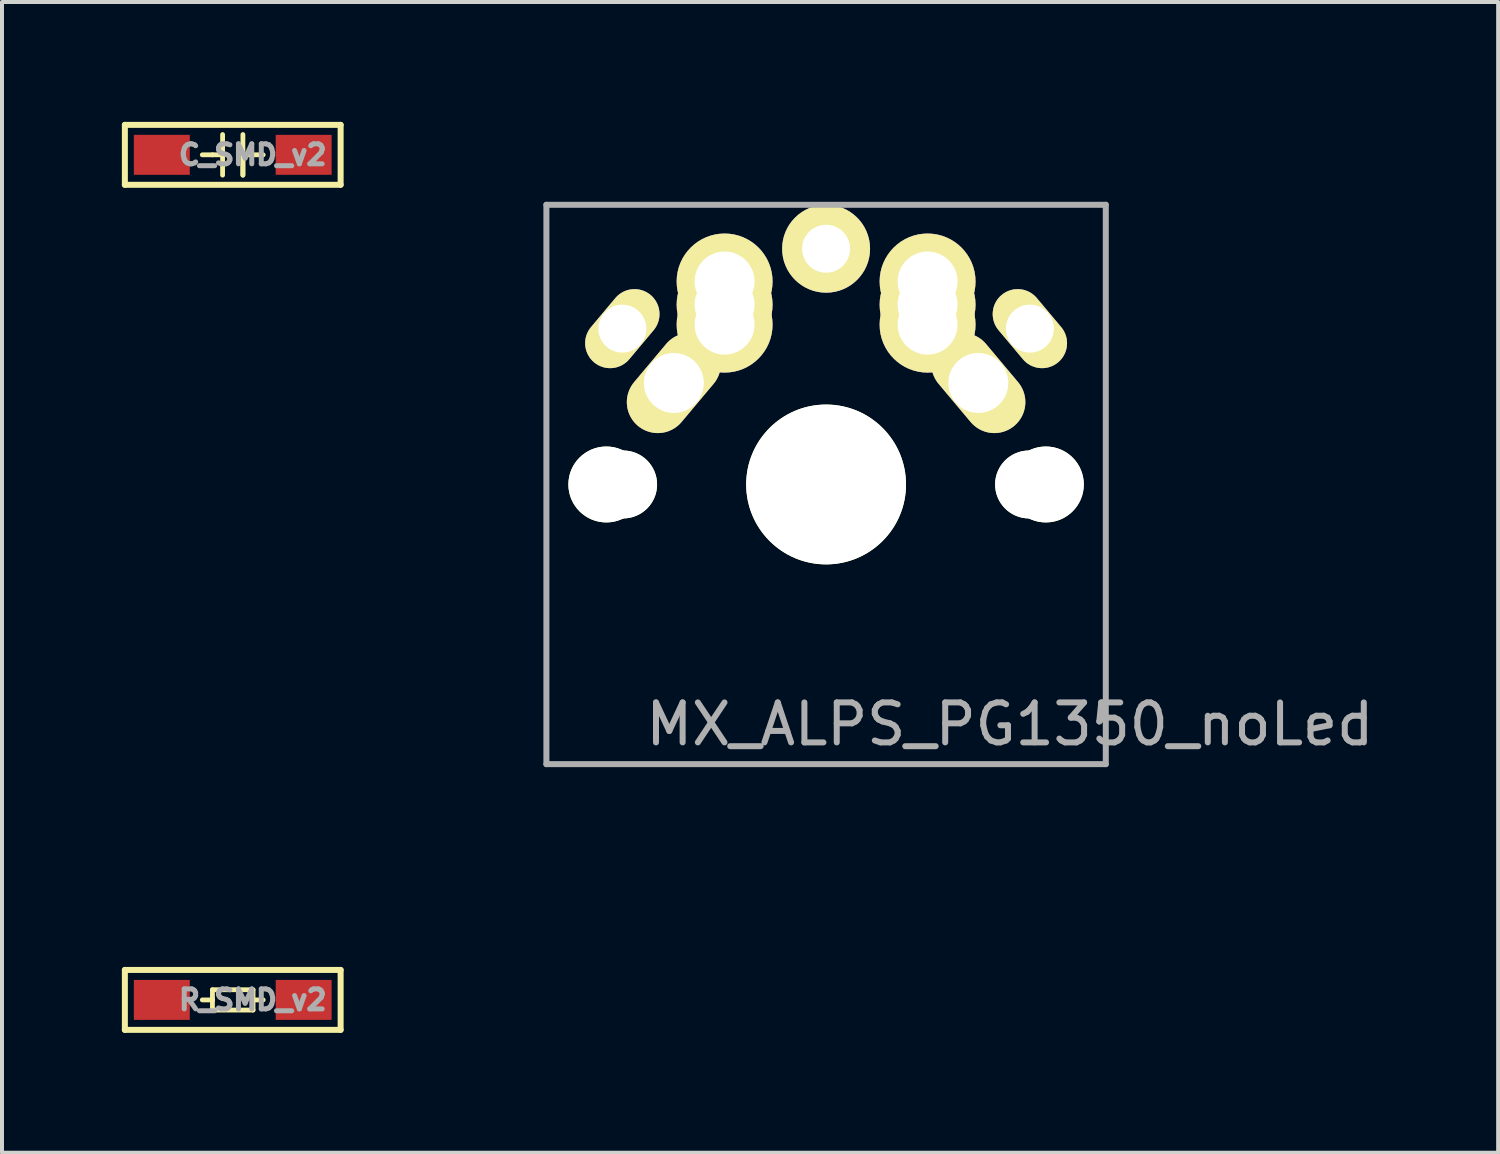
<source format=kicad_pcb>
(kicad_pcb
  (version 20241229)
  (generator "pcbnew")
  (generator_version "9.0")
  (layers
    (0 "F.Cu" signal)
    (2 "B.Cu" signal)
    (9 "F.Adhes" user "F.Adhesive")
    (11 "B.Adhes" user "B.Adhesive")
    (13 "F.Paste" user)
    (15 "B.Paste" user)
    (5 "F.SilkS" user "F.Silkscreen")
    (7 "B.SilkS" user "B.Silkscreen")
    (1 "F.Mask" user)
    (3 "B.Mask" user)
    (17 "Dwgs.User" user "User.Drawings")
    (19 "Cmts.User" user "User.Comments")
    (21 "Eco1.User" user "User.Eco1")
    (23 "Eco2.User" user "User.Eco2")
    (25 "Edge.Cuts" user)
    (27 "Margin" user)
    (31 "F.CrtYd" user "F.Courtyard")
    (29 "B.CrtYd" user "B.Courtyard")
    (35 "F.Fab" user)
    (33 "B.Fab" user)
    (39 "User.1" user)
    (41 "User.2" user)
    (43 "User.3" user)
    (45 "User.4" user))
  (footprint "R_SMD_v2"
    (layer "F.Cu")
    (at 2.775 21.975)
    (property "Reference" "R_SMD_v2" (at 0.5 0 0) (layer "F.Fab") (effects (font (size 0.5 0.5) (thickness 0.125))))
    (attr through_hole)
    (fp_line (start -2.7 -0.75) (end -2.7 0.75) (stroke (width 0.15) (type solid)) (layer "F.SilkS"))
    (fp_line (start -2.7 0.75) (end 2.7 0.75) (stroke (width 0.15) (type solid)) (layer "F.SilkS"))
    (fp_line (start -0.762 0) (end -0.508 0) (stroke (width 0.12) (type solid)) (layer "F.SilkS"))
    (fp_line (start -0.508 -0.254) (end 0.508 -0.254) (stroke (width 0.12) (type solid)) (layer "F.SilkS"))
    (fp_line (start -0.508 0) (end -0.508 -0.254) (stroke (width 0.12) (type solid)) (layer "F.SilkS"))
    (fp_line (start -0.508 0.254) (end -0.508 0) (stroke (width 0.12) (type solid)) (layer "F.SilkS"))
    (fp_line (start 0.508 -0.254) (end 0.508 0.254) (stroke (width 0.12) (type solid)) (layer "F.SilkS"))
    (fp_line (start 0.508 0) (end 0.762 0) (stroke (width 0.12) (type solid)) (layer "F.SilkS"))
    (fp_line (start 0.508 0.254) (end -0.508 0.254) (stroke (width 0.12) (type solid)) (layer "F.SilkS"))
    (fp_line (start 2.7 -0.75) (end -2.7 -0.75) (stroke (width 0.15) (type solid)) (layer "F.SilkS"))
    (fp_line (start 2.7 -0.75) (end 2.7 0.75) (stroke (width 0.15) (type solid)) (layer "F.SilkS"))
    (pad "1" smd rect (at -1.775 0) (size 1.4 1) (layers "F.Cu" "F.Mask" "F.Paste"))
    (pad "2" smd rect (at 1.775 0) (size 1.4 1) (layers "F.Cu" "F.Mask" "F.Paste")))
  (footprint "MX_ALPS_PG1350_noLed"
    (layer "F.Cu")
    (at 17.625 9.075)
    (property "Reference" "MX_ALPS_PG1350_noLed" (at 4.6 6 0) (layer "F.Fab") (effects (font (size 1 1) (thickness 0.15))))
    (attr through_hole)
    (fp_line (start -9 -9) (end 9 -9) (stroke (width 0.15) (type solid)) (layer "Eco2.User"))
    (fp_line (start -9 9) (end -9 -9) (stroke (width 0.15) (type solid)) (layer "Eco2.User"))
    (fp_line (start -7 -7) (end 7 -7) (stroke (width 0.15) (type solid)) (layer "Eco2.User"))
    (fp_line (start -7 7) (end -7 -7) (stroke (width 0.15) (type solid)) (layer "Eco2.User"))
    (fp_line (start 7 -7) (end 7 7) (stroke (width 0.15) (type solid)) (layer "Eco2.User"))
    (fp_line (start 7 7) (end -7 7) (stroke (width 0.15) (type solid)) (layer "Eco2.User"))
    (fp_line (start 9 -9) (end 9 9) (stroke (width 0.15) (type solid)) (layer "Eco2.User"))
    (fp_line (start 9 9) (end -9 9) (stroke (width 0.15) (type solid)) (layer "Eco2.User"))
    (fp_line (start -7 -7) (end -7 7) (stroke (width 0.15) (type solid)) (layer "F.Fab"))
    (fp_line (start -7 7) (end 7 7) (stroke (width 0.15) (type solid)) (layer "F.Fab"))
    (fp_line (start 7 -7) (end -7 -7) (stroke (width 0.15) (type solid)) (layer "F.Fab"))
    (fp_line (start 7 7) (end 7 -7) (stroke (width 0.15) (type solid)) (layer "F.Fab"))
    (pad "" np_thru_hole circle (at -5.5 0 90) (size 1.9 1.9) (drill 1.9) (layers "*.Cu" "*.Mask" "F.SilkS"))
    (pad "" np_thru_hole circle (at -5.08 0) (size 1.7 1.7) (drill 1.7) (layers "*.Cu" "*.Mask" "F.SilkS"))
    (pad "" np_thru_hole circle (at 0 0 90) (size 4 4) (drill 4) (layers "*.Cu" "*.Mask" "F.SilkS"))
    (pad "" np_thru_hole circle (at 5.08 0) (size 1.7 1.7) (drill 1.7) (layers "*.Cu" "*.Mask" "F.SilkS"))
    (pad "" np_thru_hole circle (at 5.5 0 90) (size 1.9 1.9) (drill 1.9) (layers "*.Cu" "*.Mask" "F.SilkS"))
    (pad "1" thru_hole oval (at -5.1 -3.9 50) (size 2.2 1.25) (drill 1.2) (layers "*.Cu" "*.Mask" "F.SilkS"))
    (pad "1" thru_hole oval (at -3.81 -2.54 50) (size 2.8 1.55) (drill 1.5) (layers "*.Cu" "*.Mask" "F.SilkS"))
    (pad "1" thru_hole circle (at -2.54 -5.08) (size 2.4 2.4) (drill 1.5) (layers "*.Cu" "*.Mask" "F.SilkS"))
    (pad "1" thru_hole circle (at -2.54 -4.5) (size 2.4 2.4) (drill 1.5) (layers "*.Cu" "*.Mask" "F.SilkS"))
    (pad "1" thru_hole circle (at -2.54 -4) (size 2.4 2.4) (drill 1.5) (layers "*.Cu" "*.Mask" "F.SilkS"))
    (pad "1" thru_hole oval (at 5.1 -3.9 310) (size 2.2 1.25) (drill 1.2) (layers "*.Cu" "*.Mask" "F.SilkS"))
    (pad "2" thru_hole circle (at 0 -5.9 90) (size 2.2 2.2) (drill 1.2) (layers "*.Cu" "*.Mask" "F.SilkS"))
    (pad "2" thru_hole circle (at 2.54 -5.08) (size 2.4 2.4) (drill 1.5) (layers "*.Cu" "*.Mask" "F.SilkS"))
    (pad "2" thru_hole circle (at 2.54 -4.5) (size 2.4 2.4) (drill 1.5) (layers "*.Cu" "*.Mask" "F.SilkS"))
    (pad "2" thru_hole circle (at 2.54 -4) (size 2.4 2.4) (drill 1.5) (layers "*.Cu" "*.Mask" "F.SilkS"))
    (pad "2" thru_hole oval (at 3.81 -2.54 310) (size 2.8 1.55) (drill 1.5) (layers "*.Cu" "*.Mask" "F.SilkS")))
  (footprint "C_SMD_v2"
    (layer "F.Cu")
    (at 2.775 0.825)
    (property "Reference" "C_SMD_v2" (at 0.5 0 0) (layer "F.Fab") (effects (font (size 0.5 0.5) (thickness 0.125))))
    (attr through_hole)
    (fp_line (start -2.7 -0.75) (end -2.7 0.75) (stroke (width 0.15) (type solid)) (layer "F.SilkS"))
    (fp_line (start -2.7 0.75) (end 2.7 0.75) (stroke (width 0.15) (type solid)) (layer "F.SilkS"))
    (fp_line (start -0.508 0) (end -0.762 0) (stroke (width 0.12) (type solid)) (layer "F.SilkS"))
    (fp_line (start -0.508 0) (end -0.254 0) (stroke (width 0.12) (type solid)) (layer "F.SilkS"))
    (fp_line (start -0.254 -0.508) (end -0.254 0.508) (stroke (width 0.12) (type solid)) (layer "F.SilkS"))
    (fp_line (start 0.254 -0.508) (end 0.254 0.508) (stroke (width 0.12) (type solid)) (layer "F.SilkS"))
    (fp_line (start 0.254 0) (end 0.762 0) (stroke (width 0.12) (type solid)) (layer "F.SilkS"))
    (fp_line (start 0.254 0.508) (end 0.254 0) (stroke (width 0.12) (type solid)) (layer "F.SilkS"))
    (fp_line (start 2.7 -0.75) (end -2.7 -0.75) (stroke (width 0.15) (type solid)) (layer "F.SilkS"))
    (fp_line (start 2.7 -0.75) (end 2.7 0.75) (stroke (width 0.15) (type solid)) (layer "F.SilkS"))
    (pad "1" smd rect (at -1.775 0) (size 1.4 1) (layers "F.Cu" "F.Mask" "F.Paste"))
    (pad "2" smd rect (at 1.775 0) (size 1.4 1) (layers "F.Cu" "F.Mask" "F.Paste")))
  (gr_rect
    (start -3 -3)
    (end 34.445 25.8)
    (stroke (width 0.1) (type default))
    (fill no)
    (layer "Edge.Cuts")))
</source>
